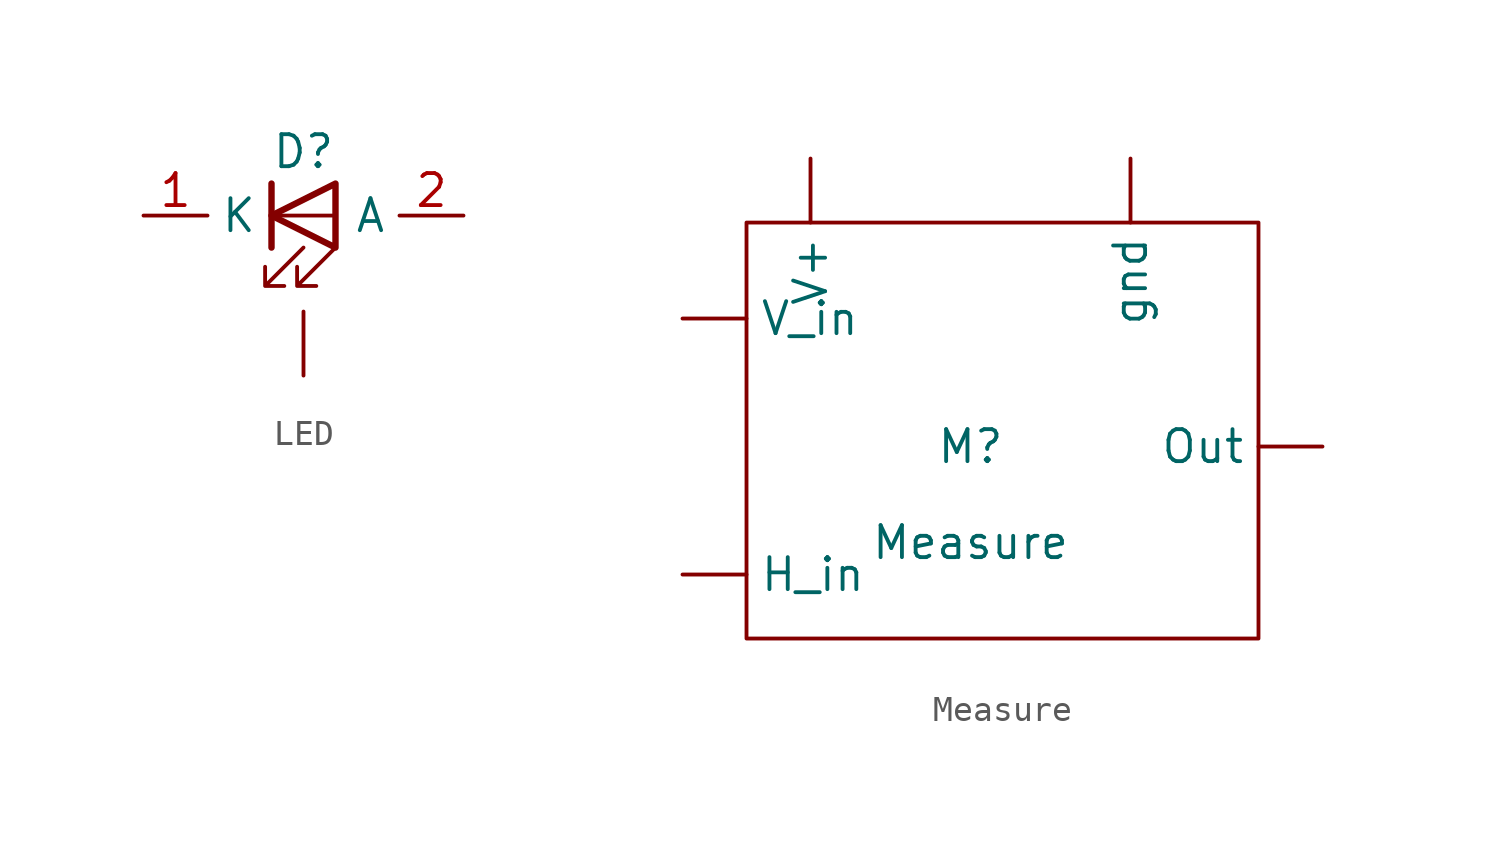
<source format=kicad_sym>
(kicad_symbol_lib
  (version 20220914)
  (generator kicad_symbol_editor)
  (symbol "LED"
    (property "Reference" "D"
      (at 0 2.54 0)
      (effects (font (size 1.27 1.27))))
    (property "Value" ""
      (at -1.27 0 0)
      (effects (font (size 1.27 1.27))))
    (symbol "LED_0_1"
      (polyline (pts (xy -1.27 -1.27) (xy -1.27 1.27)) (stroke (width 0.254) (type default)) (fill (type none)))
      (polyline (pts (xy -1.27 0) (xy 1.27 0)) (stroke (width 0) (type default)) (fill (type none)))
      (polyline (pts (xy 1.27 -1.27) (xy 1.27 1.27) (xy -1.27 0) (xy 1.27 -1.27)) (stroke (width 0.254) (type default)) (fill (type none)))
      (polyline (pts (xy 0 -1.27) (xy -1.524 -2.794) (xy -0.762 -2.794) (xy -1.524 -2.794) (xy -1.524 -2.032)) (stroke (width 0) (type default)) (fill (type none)))
      (polyline (pts (xy 1.27 -1.27) (xy -0.254 -2.794) (xy 0.508 -2.794) (xy -0.254 -2.794) (xy -0.254 -2.032)) (stroke (width 0) (type default)) (fill (type none))))
    (symbol "LED_1_1"
      (pin bidirectional line (at 0 -6.35 90) (length 2.54) (name "" (effects (font (size 1.27 1.27)))) (number "" (effects (font (size 1.27 1.27)))))
      (pin passive line (at -6.35 0 0) (length 2.54) (name "K" (effects (font (size 1.27 1.27)))) (number "1" (effects (font (size 1.27 1.27)))))
      (pin passive line (at 6.35 0 180) (length 2.54) (name "A" (effects (font (size 1.27 1.27)))) (number "2" (effects (font (size 1.27 1.27)))))))
  (symbol "Measure"
    (property "Reference" "M"
      (at 0 0 0)
      (effects (font (size 1.27 1.27))))
    (property "Value" "Measure"
      (at 0 -3.81 0)
      (effects (font (size 1.27 1.27))))
    (symbol "Measure_0_1"
      (rectangle (start -8.89 8.89) (end 11.43 -7.62) (stroke (width 0) (type default)) (fill (type none))))
    (symbol "Measure_1_1"
      (pin input line (at -11.43 -5.08 0) (length 2.54) (name "H_in" (effects (font (size 1.27 1.27)))) (number "" (effects (font (size 1.27 1.27)))))
      (pin output line (at 13.97 0 180) (length 2.54) (name "Out" (effects (font (size 1.27 1.27)))) (number "" (effects (font (size 1.27 1.27)))))
      (pin power_in line (at -6.35 11.43 270) (length 2.54) (name "V+" (effects (font (size 1.27 1.27)))) (number "" (effects (font (size 1.27 1.27)))))
      (pin input line (at -11.43 5.08 0) (length 2.54) (name "V_in" (effects (font (size 1.27 1.27)))) (number "" (effects (font (size 1.27 1.27)))))
      (pin power_out line (at 6.35 11.43 270) (length 2.54) (name "gnd" (effects (font (size 1.27 1.27)))) (number "" (effects (font (size 1.27 1.27))))))))
</source>
